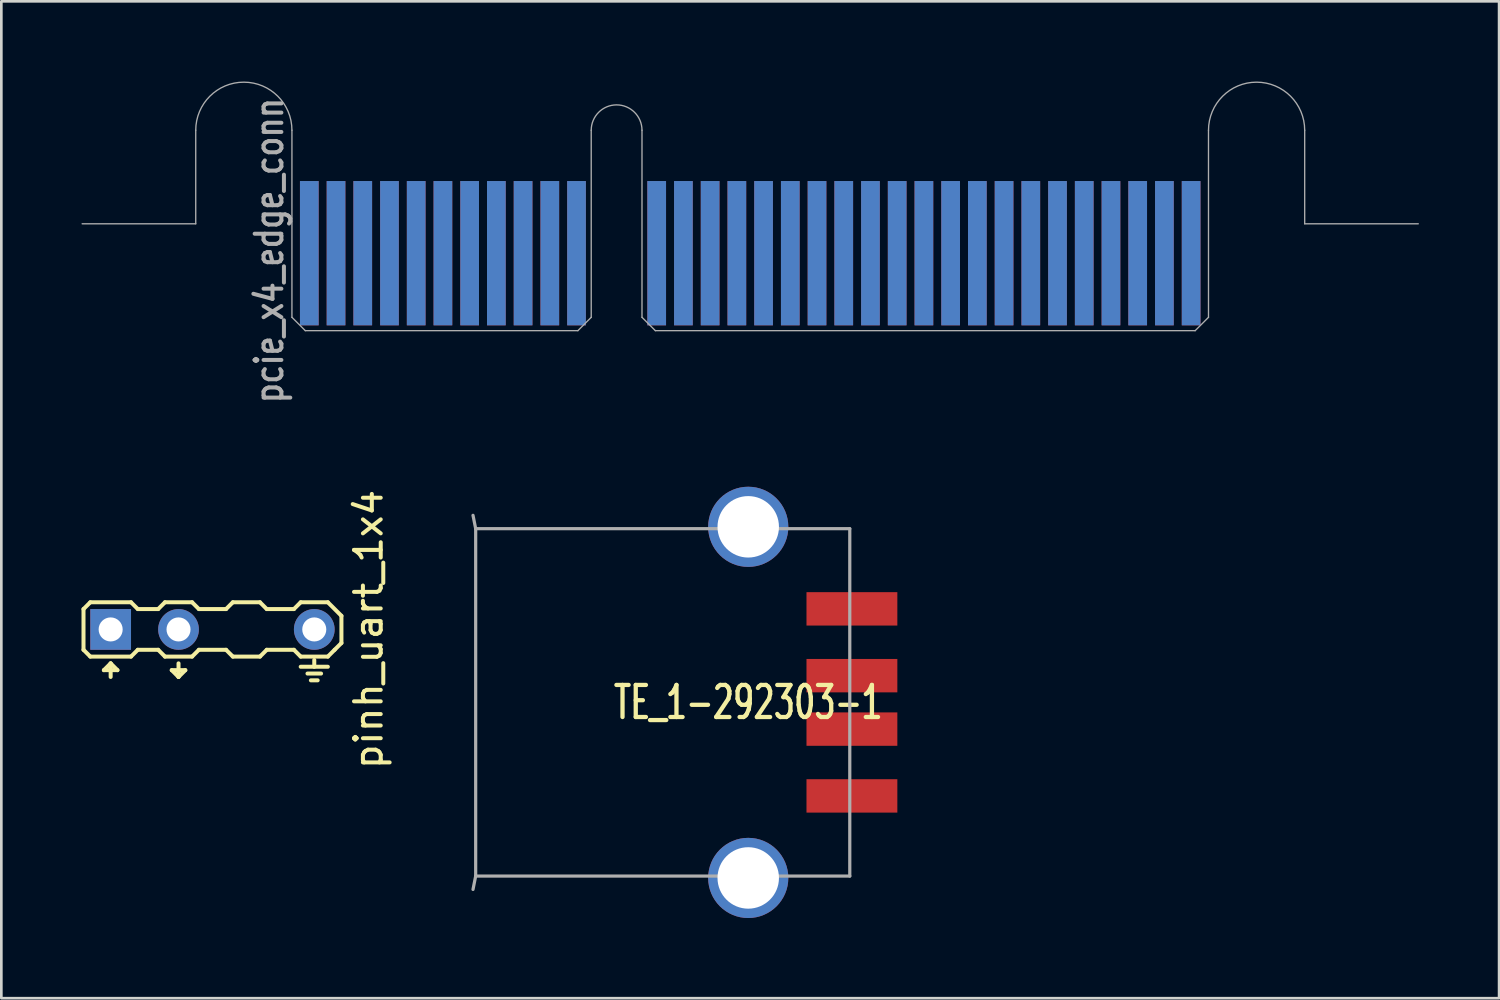
<source format=kicad_pcb>
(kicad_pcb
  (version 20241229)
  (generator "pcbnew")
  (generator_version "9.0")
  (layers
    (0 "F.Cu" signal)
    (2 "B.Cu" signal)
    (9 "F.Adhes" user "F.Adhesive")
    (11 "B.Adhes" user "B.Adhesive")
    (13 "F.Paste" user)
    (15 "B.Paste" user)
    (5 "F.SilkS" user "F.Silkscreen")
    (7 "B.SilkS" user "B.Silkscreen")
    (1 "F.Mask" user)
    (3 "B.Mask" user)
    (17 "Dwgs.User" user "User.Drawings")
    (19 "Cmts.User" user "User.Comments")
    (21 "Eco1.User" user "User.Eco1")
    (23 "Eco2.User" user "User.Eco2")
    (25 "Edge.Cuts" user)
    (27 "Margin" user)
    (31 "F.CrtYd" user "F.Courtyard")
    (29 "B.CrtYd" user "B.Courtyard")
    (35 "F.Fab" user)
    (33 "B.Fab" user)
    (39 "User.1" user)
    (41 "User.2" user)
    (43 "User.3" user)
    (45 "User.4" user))
  (footprint "pcie_x4_edge_conn"
    (layer "F.Cu")
    (at 20.025 9.325)
    (property "Reference" "pcie_x4_edge_conn" (at -13 -3 90) (layer "F.Fab") (effects (font (size 1 0.8) (thickness 0.15))))
    (attr smd)
    (fp_line (start -15.75 -7.5) (end -15.75 -4) (stroke (width 0.05) (type solid)) (layer "F.Fab"))
    (fp_line (start -15.75 -4) (end -20 -4) (stroke (width 0.05) (type solid)) (layer "F.Fab"))
    (fp_line (start -12.15 -0.5) (end -12.15 -7.5) (stroke (width 0.05) (type solid)) (layer "F.Fab"))
    (fp_line (start -11.65 0) (end -12.15 -0.5) (stroke (width 0.05) (type solid)) (layer "F.Fab"))
    (fp_line (start -1.45 0) (end -11.65 0) (stroke (width 0.05) (type solid)) (layer "F.Fab"))
    (fp_line (start -1.45 0) (end -0.95 -0.5) (stroke (width 0.05) (type solid)) (layer "F.Fab"))
    (fp_line (start -0.95 -0.5) (end -0.95 -7.5) (stroke (width 0.05) (type solid)) (layer "F.Fab"))
    (fp_line (start 0.95 -0.5) (end 0.95 -7.5) (stroke (width 0.05) (type solid)) (layer "F.Fab"))
    (fp_line (start 1.45 0) (end 0.95 -0.5) (stroke (width 0.05) (type solid)) (layer "F.Fab"))
    (fp_line (start 1.45 0) (end 21.65 0) (stroke (width 0.05) (type solid)) (layer "F.Fab"))
    (fp_line (start 22.15 -0.5) (end 21.65 0) (stroke (width 0.05) (type solid)) (layer "F.Fab"))
    (fp_line (start 22.15 -0.5) (end 22.15 -7.5) (stroke (width 0.05) (type solid)) (layer "F.Fab"))
    (fp_line (start 25.75 -7.5) (end 25.75 -4) (stroke (width 0.05) (type solid)) (layer "F.Fab"))
    (fp_line (start 25.75 -4) (end 30 -4) (stroke (width 0.05) (type solid)) (layer "F.Fab"))
    (fp_arc (start -15.75 -7.5) (mid -13.95 -9.3) (end -12.15 -7.5) (stroke (width 0.05) (type solid)) (layer "F.Fab"))
    (fp_arc (start -0.95 -7.5) (mid 0 -8.45) (end 0.95 -7.5) (stroke (width 0.05) (type solid)) (layer "F.Fab"))
    (fp_arc (start 22.15 -7.5) (mid 23.95 -9.3) (end 25.75 -7.5) (stroke (width 0.05) (type solid)) (layer "F.Fab"))
    (pad "1" smd rect (at -11.5 -2.9) (size 0.7 5.4) (layers "B.Cu" "B.Mask"))
    (pad "2" smd rect (at -11.5 -2.9) (size 0.7 5.4) (layers "F.Cu" "F.Mask"))
    (pad "3" smd rect (at -10.5 -2.9) (size 0.7 5.4) (layers "B.Cu" "B.Mask"))
    (pad "4" smd rect (at -10.5 -2.9) (size 0.7 5.4) (layers "F.Cu" "F.Mask"))
    (pad "5" smd rect (at -9.5 -2.9) (size 0.7 5.4) (layers "B.Cu" "B.Mask"))
    (pad "6" smd rect (at -9.5 -2.9) (size 0.7 5.4) (layers "F.Cu" "F.Mask"))
    (pad "7" smd rect (at -8.5 -2.9) (size 0.7 5.4) (layers "B.Cu" "B.Mask"))
    (pad "8" smd rect (at -8.5 -2.9) (size 0.7 5.4) (layers "F.Cu" "F.Mask"))
    (pad "9" smd rect (at -7.5 -2.9) (size 0.7 5.4) (layers "B.Cu" "B.Mask"))
    (pad "10" smd rect (at -7.5 -2.9) (size 0.7 5.4) (layers "F.Cu" "F.Mask"))
    (pad "11" smd rect (at -6.5 -2.9) (size 0.7 5.4) (layers "B.Cu" "B.Mask"))
    (pad "12" smd rect (at -6.5 -2.9) (size 0.7 5.4) (layers "F.Cu" "F.Mask"))
    (pad "13" smd rect (at -5.5 -2.9) (size 0.7 5.4) (layers "B.Cu" "B.Mask"))
    (pad "14" smd rect (at -5.5 -2.9) (size 0.7 5.4) (layers "F.Cu" "F.Mask"))
    (pad "15" smd rect (at -4.5 -2.9) (size 0.7 5.4) (layers "B.Cu" "B.Mask"))
    (pad "16" smd rect (at -4.5 -2.9) (size 0.7 5.4) (layers "F.Cu" "F.Mask"))
    (pad "17" smd rect (at -3.5 -2.9) (size 0.7 5.4) (layers "B.Cu" "B.Mask"))
    (pad "18" smd rect (at -3.5 -2.9) (size 0.7 5.4) (layers "F.Cu" "F.Mask"))
    (pad "19" smd rect (at -2.5 -2.9) (size 0.7 5.4) (layers "B.Cu" "B.Mask"))
    (pad "20" smd rect (at -2.5 -2.9) (size 0.7 5.4) (layers "F.Cu" "F.Mask"))
    (pad "21" smd rect (at -1.5 -2.9) (size 0.7 5.4) (layers "B.Cu" "B.Mask"))
    (pad "22" smd rect (at -1.5 -2.9) (size 0.7 5.4) (layers "F.Cu" "F.Mask"))
    (pad "23" smd rect (at 1.5 -2.9) (size 0.7 5.4) (layers "B.Cu" "B.Mask"))
    (pad "24" smd rect (at 1.5 -2.9) (size 0.7 5.4) (layers "F.Cu" "F.Mask"))
    (pad "25" smd rect (at 2.5 -2.9) (size 0.7 5.4) (layers "B.Cu" "B.Mask"))
    (pad "26" smd rect (at 2.5 -2.9) (size 0.7 5.4) (layers "F.Cu" "F.Mask"))
    (pad "27" smd rect (at 3.5 -2.9) (size 0.7 5.4) (layers "B.Cu" "B.Mask"))
    (pad "28" smd rect (at 3.5 -2.9) (size 0.7 5.4) (layers "F.Cu" "F.Mask"))
    (pad "29" smd rect (at 4.5 -2.9) (size 0.7 5.4) (layers "B.Cu" "B.Mask"))
    (pad "30" smd rect (at 4.5 -2.9) (size 0.7 5.4) (layers "F.Cu" "F.Mask"))
    (pad "31" smd rect (at 5.5 -2.9) (size 0.7 5.4) (layers "B.Cu" "B.Mask"))
    (pad "32" smd rect (at 5.5 -2.9) (size 0.7 5.4) (layers "F.Cu" "F.Mask"))
    (pad "33" smd rect (at 6.5 -2.9) (size 0.7 5.4) (layers "B.Cu" "B.Mask"))
    (pad "34" smd rect (at 6.5 -2.9) (size 0.7 5.4) (layers "F.Cu" "F.Mask"))
    (pad "35" smd rect (at 7.5 -2.9) (size 0.7 5.4) (layers "B.Cu" "B.Mask"))
    (pad "36" smd rect (at 7.5 -2.9) (size 0.7 5.4) (layers "F.Cu" "F.Mask"))
    (pad "37" smd rect (at 8.5 -2.9) (size 0.7 5.4) (layers "B.Cu" "B.Mask"))
    (pad "38" smd rect (at 8.5 -2.9) (size 0.7 5.4) (layers "F.Cu" "F.Mask"))
    (pad "39" smd rect (at 9.5 -2.9) (size 0.7 5.4) (layers "B.Cu" "B.Mask"))
    (pad "40" smd rect (at 9.5 -2.9) (size 0.7 5.4) (layers "F.Cu" "F.Mask"))
    (pad "41" smd rect (at 10.5 -2.9) (size 0.7 5.4) (layers "B.Cu" "B.Mask"))
    (pad "42" smd rect (at 10.5 -2.9) (size 0.7 5.4) (layers "F.Cu" "F.Mask"))
    (pad "43" smd rect (at 11.5 -2.9) (size 0.7 5.4) (layers "B.Cu" "B.Mask"))
    (pad "44" smd rect (at 11.5 -2.9) (size 0.7 5.4) (layers "F.Cu" "F.Mask"))
    (pad "45" smd rect (at 12.5 -2.9) (size 0.7 5.4) (layers "B.Cu" "B.Mask"))
    (pad "46" smd rect (at 12.5 -2.9) (size 0.7 5.4) (layers "F.Cu" "F.Mask"))
    (pad "47" smd rect (at 13.5 -2.9) (size 0.7 5.4) (layers "B.Cu" "B.Mask"))
    (pad "48" smd rect (at 13.5 -2.9) (size 0.7 5.4) (layers "F.Cu" "F.Mask"))
    (pad "49" smd rect (at 14.5 -2.9) (size 0.7 5.4) (layers "B.Cu" "B.Mask"))
    (pad "50" smd rect (at 14.5 -2.9) (size 0.7 5.4) (layers "F.Cu" "F.Mask"))
    (pad "51" smd rect (at 15.5 -2.9) (size 0.7 5.4) (layers "B.Cu" "B.Mask"))
    (pad "52" smd rect (at 15.5 -2.9) (size 0.7 5.4) (layers "F.Cu" "F.Mask"))
    (pad "53" smd rect (at 16.5 -2.9) (size 0.7 5.4) (layers "B.Cu" "B.Mask"))
    (pad "54" smd rect (at 16.5 -2.9) (size 0.7 5.4) (layers "F.Cu" "F.Mask"))
    (pad "55" smd rect (at 17.5 -2.9) (size 0.7 5.4) (layers "B.Cu" "B.Mask"))
    (pad "56" smd rect (at 17.5 -2.9) (size 0.7 5.4) (layers "F.Cu" "F.Mask"))
    (pad "57" smd rect (at 18.5 -2.9) (size 0.7 5.4) (layers "B.Cu" "B.Mask"))
    (pad "58" smd rect (at 18.5 -2.9) (size 0.7 5.4) (layers "F.Cu" "F.Mask"))
    (pad "59" smd rect (at 19.5 -2.9) (size 0.7 5.4) (layers "B.Cu" "B.Mask"))
    (pad "60" smd rect (at 19.5 -2.9) (size 0.7 5.4) (layers "F.Cu" "F.Mask"))
    (pad "61" smd rect (at 20.5 -2.9) (size 0.7 5.4) (layers "B.Cu" "B.Mask"))
    (pad "62" smd rect (at 20.5 -2.9) (size 0.7 5.4) (layers "F.Cu" "F.Mask"))
    (pad "63" smd rect (at 21.5 -2.9) (size 0.7 5.4) (layers "B.Cu" "B.Mask"))
    (pad "64" smd rect (at 21.5 -2.9) (size 0.7 5.4) (layers "F.Cu" "F.Mask")))
  (footprint "TE_1-292303-1"
    (layer "F.Cu")
    (at 24.951 23.235)
    (property "Reference" "TE_1-292303-1" (at 0 0 0) (layer "F.SilkS") (effects (font (size 1.2 0.8) (thickness 0.16))))
    (attr through_hole)
    (fp_line (start -10.2 -6.5) (end -10.3 -7) (stroke (width 0.12) (type solid)) (layer "F.Fab"))
    (fp_line (start -10.2 -6.5) (end -10.2 6.5) (stroke (width 0.12) (type solid)) (layer "F.Fab"))
    (fp_line (start -10.2 -6.5) (end 3.8 -6.5) (stroke (width 0.12) (type solid)) (layer "F.Fab"))
    (fp_line (start -10.2 6.5) (end -10.3 7) (stroke (width 0.12) (type solid)) (layer "F.Fab"))
    (fp_line (start -10.2 6.5) (end 3.8 6.5) (stroke (width 0.12) (type solid)) (layer "F.Fab"))
    (fp_line (start 3.8 -6.5) (end 3.8 6.5) (stroke (width 0.12) (type solid)) (layer "F.Fab"))
    (pad "1" smd rect (at 3.88 -3.5) (size 3.4 1.25) (layers "F.Cu" "F.Mask" "F.Paste"))
    (pad "2" smd rect (at 3.88 -1) (size 3.4 1.25) (layers "F.Cu" "F.Mask" "F.Paste"))
    (pad "3" smd rect (at 3.88 1) (size 3.4 1.25) (layers "F.Cu" "F.Mask" "F.Paste"))
    (pad "4" smd rect (at 3.88 3.5) (size 3.4 1.25) (layers "F.Cu" "F.Mask" "F.Paste"))
    (pad "5" thru_hole circle (at 0 -6.57) (size 3 3) (drill 2.3) (layers "*.Cu" "*.Mask"))
    (pad "5" thru_hole circle (at 0 6.57) (size 3 3) (drill 2.3) (layers "*.Cu" "*.Mask")))
  (footprint "pinh_uart_1x4"
    (layer "F.Cu")
    (at 4.901 20.505)
    (property "Reference" "pinh_uart_1x4" (at 5.842 0 270) (layer "F.SilkS") (effects (font (size 1 1) (thickness 0.15))))
    (attr through_hole)
    (fp_line (start -4.826 -0.762) (end -4.826 0.762) (stroke (width 0.15) (type solid)) (layer "F.SilkS"))
    (fp_line (start -4.826 0.762) (end -4.572 1.016) (stroke (width 0.15) (type solid)) (layer "F.SilkS"))
    (fp_line (start -4.572 -1.016) (end -4.826 -0.762) (stroke (width 0.15) (type solid)) (layer "F.SilkS"))
    (fp_line (start -4.572 1.016) (end -3.048 1.016) (stroke (width 0.15) (type solid)) (layer "F.SilkS"))
    (fp_line (start -4.064 1.524) (end -3.556 1.524) (stroke (width 0.15) (type solid)) (layer "F.SilkS"))
    (fp_line (start -3.81 1.27) (end -4.064 1.524) (stroke (width 0.15) (type solid)) (layer "F.SilkS"))
    (fp_line (start -3.81 1.778) (end -3.81 1.27) (stroke (width 0.15) (type solid)) (layer "F.SilkS"))
    (fp_line (start -3.556 1.524) (end -3.81 1.27) (stroke (width 0.15) (type solid)) (layer "F.SilkS"))
    (fp_line (start -3.048 -1.016) (end -4.572 -1.016) (stroke (width 0.15) (type solid)) (layer "F.SilkS"))
    (fp_line (start -3.048 1.016) (end -2.794 0.762) (stroke (width 0.15) (type solid)) (layer "F.SilkS"))
    (fp_line (start -2.794 -0.762) (end -3.048 -1.016) (stroke (width 0.15) (type solid)) (layer "F.SilkS"))
    (fp_line (start -2.794 0.762) (end -2.032 0.762) (stroke (width 0.15) (type solid)) (layer "F.SilkS"))
    (fp_line (start -2.032 -0.762) (end -2.794 -0.762) (stroke (width 0.15) (type solid)) (layer "F.SilkS"))
    (fp_line (start -2.032 0.762) (end -1.778 1.016) (stroke (width 0.15) (type solid)) (layer "F.SilkS"))
    (fp_line (start -1.778 -1.016) (end -2.032 -0.762) (stroke (width 0.15) (type solid)) (layer "F.SilkS"))
    (fp_line (start -1.778 1.016) (end -0.762 1.016) (stroke (width 0.15) (type solid)) (layer "F.SilkS"))
    (fp_line (start -1.524 1.524) (end -1.27 1.778) (stroke (width 0.15) (type solid)) (layer "F.SilkS"))
    (fp_line (start -1.27 1.27) (end -1.27 1.778) (stroke (width 0.15) (type solid)) (layer "F.SilkS"))
    (fp_line (start -1.27 1.778) (end -1.016 1.524) (stroke (width 0.15) (type solid)) (layer "F.SilkS"))
    (fp_line (start -1.016 1.524) (end -1.524 1.524) (stroke (width 0.15) (type solid)) (layer "F.SilkS"))
    (fp_line (start -0.762 -1.016) (end -1.778 -1.016) (stroke (width 0.15) (type solid)) (layer "F.SilkS"))
    (fp_line (start -0.762 1.016) (end -0.508 0.762) (stroke (width 0.15) (type solid)) (layer "F.SilkS"))
    (fp_line (start -0.508 -0.762) (end -0.762 -1.016) (stroke (width 0.15) (type solid)) (layer "F.SilkS"))
    (fp_line (start -0.508 0.762) (end 0.508 0.762) (stroke (width 0.15) (type solid)) (layer "F.SilkS"))
    (fp_line (start 0.508 -0.762) (end -0.508 -0.762) (stroke (width 0.15) (type solid)) (layer "F.SilkS"))
    (fp_line (start 0.508 0.762) (end 0.762 1.016) (stroke (width 0.15) (type solid)) (layer "F.SilkS"))
    (fp_line (start 0.762 -1.016) (end 0.508 -0.762) (stroke (width 0.15) (type solid)) (layer "F.SilkS"))
    (fp_line (start 0.762 1.016) (end 1.778 1.016) (stroke (width 0.15) (type solid)) (layer "F.SilkS"))
    (fp_line (start 1.778 -1.016) (end 0.762 -1.016) (stroke (width 0.15) (type solid)) (layer "F.SilkS"))
    (fp_line (start 1.778 1.016) (end 2.032 0.762) (stroke (width 0.15) (type solid)) (layer "F.SilkS"))
    (fp_line (start 2.032 -0.762) (end 1.778 -1.016) (stroke (width 0.15) (type solid)) (layer "F.SilkS"))
    (fp_line (start 2.032 0.762) (end 3.048 0.762) (stroke (width 0.15) (type solid)) (layer "F.SilkS"))
    (fp_line (start 3.048 -0.762) (end 2.032 -0.762) (stroke (width 0.15) (type solid)) (layer "F.SilkS"))
    (fp_line (start 3.048 0.762) (end 3.302 1.016) (stroke (width 0.15) (type solid)) (layer "F.SilkS"))
    (fp_line (start 3.302 -1.016) (end 3.048 -0.762) (stroke (width 0.15) (type solid)) (layer "F.SilkS"))
    (fp_line (start 3.302 1.016) (end 4.318 1.016) (stroke (width 0.15) (type solid)) (layer "F.SilkS"))
    (fp_line (start 3.302 1.397) (end 4.318 1.397) (stroke (width 0.15) (type solid)) (layer "F.SilkS"))
    (fp_line (start 3.556 1.651) (end 4.064 1.651) (stroke (width 0.15) (type solid)) (layer "F.SilkS"))
    (fp_line (start 3.683 1.905) (end 3.937 1.905) (stroke (width 0.15) (type solid)) (layer "F.SilkS"))
    (fp_line (start 3.81 1.397) (end 3.81 1.143) (stroke (width 0.15) (type solid)) (layer "F.SilkS"))
    (fp_line (start 4.318 -1.016) (end 3.302 -1.016) (stroke (width 0.15) (type solid)) (layer "F.SilkS"))
    (fp_line (start 4.318 1.016) (end 4.572 0.762) (stroke (width 0.15) (type solid)) (layer "F.SilkS"))
    (fp_line (start 4.572 0.762) (end 4.826 0.508) (stroke (width 0.15) (type solid)) (layer "F.SilkS"))
    (fp_line (start 4.826 -0.508) (end 4.318 -1.016) (stroke (width 0.15) (type solid)) (layer "F.SilkS"))
    (fp_line (start 4.826 0.508) (end 4.826 -0.508) (stroke (width 0.15) (type solid)) (layer "F.SilkS"))
    (pad "1" thru_hole rect (at -3.81 0) (size 1.524 1.524) (drill 0.9) (layers "*.Cu" "*.Mask"))
    (pad "2" thru_hole circle (at -1.27 0) (size 1.524 1.524) (drill 0.9) (layers "*.Cu" "*.Mask"))
    (pad "3" thru_hole circle (at 3.81 0) (size 1.524 1.524) (drill 0.9) (layers "*.Cu" "*.Mask")))
  (gr_rect
    (start -3 -3)
    (end 53.05 34.305)
    (stroke (width 0.1) (type default))
    (fill no)
    (layer "Edge.Cuts")))
</source>
